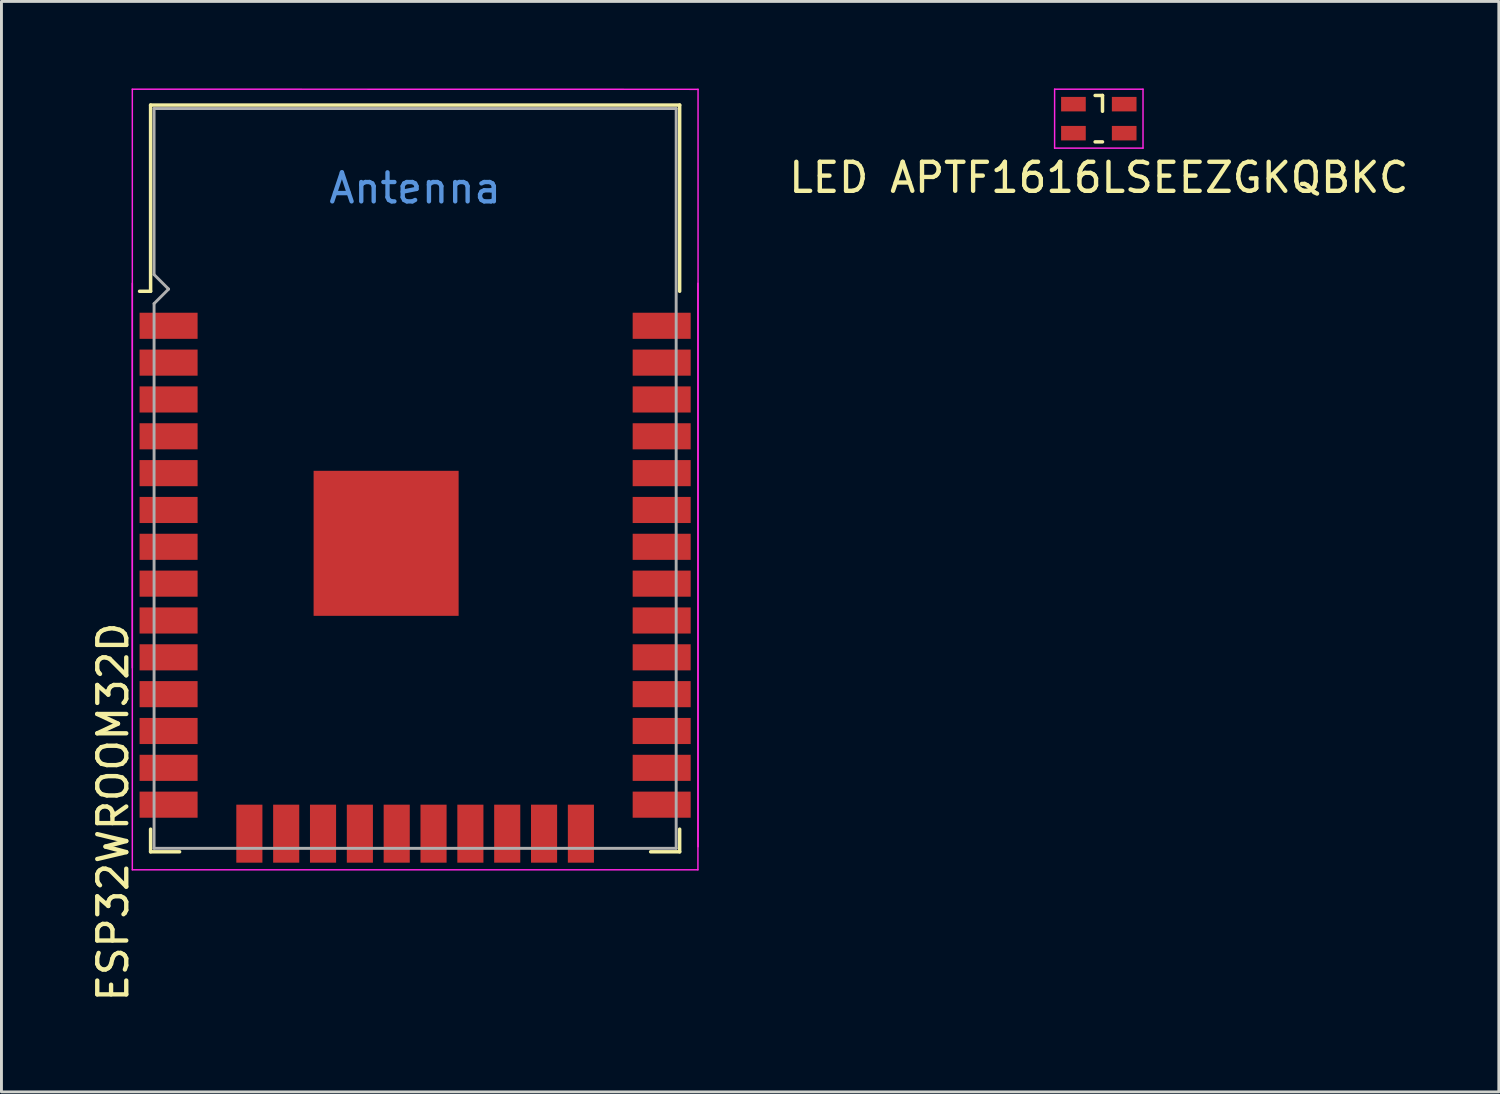
<source format=kicad_pcb>
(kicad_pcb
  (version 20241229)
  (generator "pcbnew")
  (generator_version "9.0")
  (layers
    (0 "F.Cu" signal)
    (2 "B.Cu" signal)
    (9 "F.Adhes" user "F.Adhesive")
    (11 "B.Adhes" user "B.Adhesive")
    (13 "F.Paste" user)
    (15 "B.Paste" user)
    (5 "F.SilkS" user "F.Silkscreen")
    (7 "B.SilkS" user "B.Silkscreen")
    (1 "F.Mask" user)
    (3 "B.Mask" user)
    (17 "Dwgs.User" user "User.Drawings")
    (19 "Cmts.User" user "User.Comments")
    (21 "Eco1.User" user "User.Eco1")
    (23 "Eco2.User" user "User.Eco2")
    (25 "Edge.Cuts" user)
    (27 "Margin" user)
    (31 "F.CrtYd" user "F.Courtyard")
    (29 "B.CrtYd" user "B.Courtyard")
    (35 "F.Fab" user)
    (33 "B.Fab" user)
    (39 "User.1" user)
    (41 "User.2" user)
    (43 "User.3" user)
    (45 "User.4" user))
  (footprint "ESP32WROOM32D"
    (layer "F.Cu")
    (at 11.262 16.437)
    (property "Reference" "ESP32WROOM32D" (at -10.414 8.509 90) (layer "F.SilkS") (effects (font (size 1 1) (thickness 0.15))))
    (attr through_hole)
    (fp_line (start -9.12 -15.865) (end -9.12 -9.445) (stroke (width 0.12) (type solid)) (layer "F.SilkS"))
    (fp_line (start -9.12 -15.865) (end 9.12 -15.865) (stroke (width 0.12) (type solid)) (layer "F.SilkS"))
    (fp_line (start -9.12 -9.445) (end -9.5 -9.445) (stroke (width 0.12) (type solid)) (layer "F.SilkS"))
    (fp_line (start -9.12 9.1) (end -9.12 9.88) (stroke (width 0.12) (type solid)) (layer "F.SilkS"))
    (fp_line (start -9.12 9.88) (end -8.12 9.88) (stroke (width 0.12) (type solid)) (layer "F.SilkS"))
    (fp_line (start 9.12 -15.865) (end 9.12 -9.445) (stroke (width 0.12) (type solid)) (layer "F.SilkS"))
    (fp_line (start 9.12 9.1) (end 9.12 9.88) (stroke (width 0.12) (type solid)) (layer "F.SilkS"))
    (fp_line (start 9.12 9.88) (end 8.12 9.88) (stroke (width 0.12) (type solid)) (layer "F.SilkS"))
    (fp_line (start -9.75 3.54) (end -9.75 -16.408) (stroke (width 0.05) (type solid)) (layer "F.CrtYd"))
    (fp_line (start -9.75 10.5) (end -9.75 -9.72) (stroke (width 0.05) (type solid)) (layer "F.CrtYd"))
    (fp_line (start -9.75 10.5) (end 9.75 10.5) (stroke (width 0.05) (type solid)) (layer "F.CrtYd"))
    (fp_line (start 9.75 -9.72) (end 9.75 10.5) (stroke (width 0.05) (type solid)) (layer "F.CrtYd"))
    (fp_line (start 9.754 -16.408) (end -9.754 -16.412) (stroke (width 0.05) (type solid)) (layer "F.CrtYd"))
    (fp_line (start 9.754 9.704) (end 9.754 -16.408) (stroke (width 0.05) (type solid)) (layer "F.CrtYd"))
    (fp_line (start -9 -15.745) (end -9 -10.02) (stroke (width 0.1) (type solid)) (layer "F.Fab"))
    (fp_line (start -9 -15.745) (end 9 -15.745) (stroke (width 0.1) (type solid)) (layer "F.Fab"))
    (fp_line (start -9 -9.02) (end -9 9.76) (stroke (width 0.1) (type solid)) (layer "F.Fab"))
    (fp_line (start -9 -9.02) (end -8.5 -9.52) (stroke (width 0.1) (type solid)) (layer "F.Fab"))
    (fp_line (start -9 9.76) (end 9 9.76) (stroke (width 0.1) (type solid)) (layer "F.Fab"))
    (fp_line (start -8.5 -9.52) (end -9 -10.02) (stroke (width 0.1) (type solid)) (layer "F.Fab"))
    (fp_line (start 9 9.76) (end 9 -15.745) (stroke (width 0.1) (type solid)) (layer "F.Fab"))
    (fp_text user "Antenna" (at 0 -13 0) (layer "Cmts.User") (effects (font (size 1 1) (thickness 0.15))))
    (pad "1" smd rect (at -8.5 -8.255) (size 2 0.9) (layers "F.Cu" "F.Mask" "F.Paste"))
    (pad "2" smd rect (at -8.5 -6.985) (size 2 0.9) (layers "F.Cu" "F.Mask" "F.Paste"))
    (pad "3" smd rect (at -8.5 -5.715) (size 2 0.9) (layers "F.Cu" "F.Mask" "F.Paste"))
    (pad "4" smd rect (at -8.5 -4.445) (size 2 0.9) (layers "F.Cu" "F.Mask" "F.Paste"))
    (pad "5" smd rect (at -8.5 -3.175) (size 2 0.9) (layers "F.Cu" "F.Mask" "F.Paste"))
    (pad "6" smd rect (at -8.5 -1.905) (size 2 0.9) (layers "F.Cu" "F.Mask" "F.Paste"))
    (pad "7" smd rect (at -8.5 -0.635) (size 2 0.9) (layers "F.Cu" "F.Mask" "F.Paste"))
    (pad "8" smd rect (at -8.5 0.635) (size 2 0.9) (layers "F.Cu" "F.Mask" "F.Paste"))
    (pad "9" smd rect (at -8.5 1.905) (size 2 0.9) (layers "F.Cu" "F.Mask" "F.Paste"))
    (pad "10" smd rect (at -8.5 3.175) (size 2 0.9) (layers "F.Cu" "F.Mask" "F.Paste"))
    (pad "11" smd rect (at -8.5 4.445) (size 2 0.9) (layers "F.Cu" "F.Mask" "F.Paste"))
    (pad "12" smd rect (at -8.5 5.715) (size 2 0.9) (layers "F.Cu" "F.Mask" "F.Paste"))
    (pad "13" smd rect (at -8.5 6.985) (size 2 0.9) (layers "F.Cu" "F.Mask" "F.Paste"))
    (pad "14" smd rect (at -8.5 8.255) (size 2 0.9) (layers "F.Cu" "F.Mask" "F.Paste"))
    (pad "15" smd rect (at -5.715 9.255 90) (size 2 0.9) (layers "F.Cu" "F.Mask" "F.Paste"))
    (pad "16" smd rect (at -4.445 9.255 90) (size 2 0.9) (layers "F.Cu" "F.Mask" "F.Paste"))
    (pad "17" smd rect (at -3.175 9.255 90) (size 2 0.9) (layers "F.Cu" "F.Mask" "F.Paste"))
    (pad "18" smd rect (at -1.905 9.255 90) (size 2 0.9) (layers "F.Cu" "F.Mask" "F.Paste"))
    (pad "19" smd rect (at -0.635 9.255 90) (size 2 0.9) (layers "F.Cu" "F.Mask" "F.Paste"))
    (pad "20" smd rect (at 0.635 9.255 90) (size 2 0.9) (layers "F.Cu" "F.Mask" "F.Paste"))
    (pad "21" smd rect (at 1.905 9.255 90) (size 2 0.9) (layers "F.Cu" "F.Mask" "F.Paste"))
    (pad "22" smd rect (at 3.175 9.255 90) (size 2 0.9) (layers "F.Cu" "F.Mask" "F.Paste"))
    (pad "23" smd rect (at 4.445 9.255 90) (size 2 0.9) (layers "F.Cu" "F.Mask" "F.Paste"))
    (pad "24" smd rect (at 5.715 9.255 90) (size 2 0.9) (layers "F.Cu" "F.Mask" "F.Paste"))
    (pad "25" smd rect (at 8.5 8.255) (size 2 0.9) (layers "F.Cu" "F.Mask" "F.Paste"))
    (pad "26" smd rect (at 8.5 6.985) (size 2 0.9) (layers "F.Cu" "F.Mask" "F.Paste"))
    (pad "27" smd rect (at 8.5 5.715) (size 2 0.9) (layers "F.Cu" "F.Mask" "F.Paste"))
    (pad "28" smd rect (at 8.5 4.445) (size 2 0.9) (layers "F.Cu" "F.Mask" "F.Paste"))
    (pad "29" smd rect (at 8.5 3.175) (size 2 0.9) (layers "F.Cu" "F.Mask" "F.Paste"))
    (pad "30" smd rect (at 8.5 1.905) (size 2 0.9) (layers "F.Cu" "F.Mask" "F.Paste"))
    (pad "31" smd rect (at 8.5 0.635) (size 2 0.9) (layers "F.Cu" "F.Mask" "F.Paste"))
    (pad "32" smd rect (at 8.5 -0.635) (size 2 0.9) (layers "F.Cu" "F.Mask" "F.Paste"))
    (pad "33" smd rect (at 8.5 -1.905) (size 2 0.9) (layers "F.Cu" "F.Mask" "F.Paste"))
    (pad "34" smd rect (at 8.5 -3.175) (size 2 0.9) (layers "F.Cu" "F.Mask" "F.Paste"))
    (pad "35" smd rect (at 8.5 -4.445) (size 2 0.9) (layers "F.Cu" "F.Mask" "F.Paste"))
    (pad "36" smd rect (at 8.5 -5.715) (size 2 0.9) (layers "F.Cu" "F.Mask" "F.Paste"))
    (pad "37" smd rect (at 8.5 -6.985) (size 2 0.9) (layers "F.Cu" "F.Mask" "F.Paste"))
    (pad "38" smd rect (at 8.5 -8.255) (size 2 0.9) (layers "F.Cu" "F.Mask" "F.Paste"))
    (pad "39" smd rect (at -1 -0.755) (size 5 5) (layers "F.Cu" "F.Mask" "F.Paste")))
  (footprint "LED APTF1616LSEEZGKQBKC"
    (layer "F.Cu")
    (at 34.833 1.041)
    (property "Reference" "LED APTF1616LSEEZGKQBKC" (at 0 2.032 0) (layer "F.SilkS") (effects (font (size 1 1) (thickness 0.15))))
    (attr through_hole)
    (fp_line (start -0.127 -0.8) (end 0.127 -0.8) (stroke (width 0.12) (type solid)) (layer "F.SilkS"))
    (fp_line (start -0.127 0.8) (end 0.127 0.8) (stroke (width 0.12) (type solid)) (layer "F.SilkS"))
    (fp_line (start 0.127 -0.8) (end 0.127 -0.254) (stroke (width 0.12) (type solid)) (layer "F.SilkS"))
    (fp_line (start -1.524 -1.016) (end 1.524 -1.016) (stroke (width 0.05) (type solid)) (layer "F.CrtYd"))
    (fp_line (start -1.524 1.016) (end -1.524 -1.016) (stroke (width 0.05) (type solid)) (layer "F.CrtYd"))
    (fp_line (start 1.524 -1.016) (end 1.524 1.016) (stroke (width 0.05) (type solid)) (layer "F.CrtYd"))
    (fp_line (start 1.524 1.016) (end -1.524 1.016) (stroke (width 0.05) (type solid)) (layer "F.CrtYd"))
    (pad "1" smd rect (at 0.875 -0.5) (size 0.85 0.5) (layers "F.Cu" "F.Mask" "F.Paste"))
    (pad "2" smd rect (at -0.875 -0.5) (size 0.85 0.5) (layers "F.Cu" "F.Mask" "F.Paste"))
    (pad "3" smd rect (at -0.875 0.5) (size 0.85 0.5) (layers "F.Cu" "F.Mask" "F.Paste"))
    (pad "4" smd rect (at 0.875 0.5) (size 0.85 0.5) (layers "F.Cu" "F.Mask" "F.Paste")))
  (gr_rect
    (start -3 -3)
    (end 48.624 34.595)
    (stroke (width 0.1) (type default))
    (fill no)
    (layer "Edge.Cuts")))
</source>
